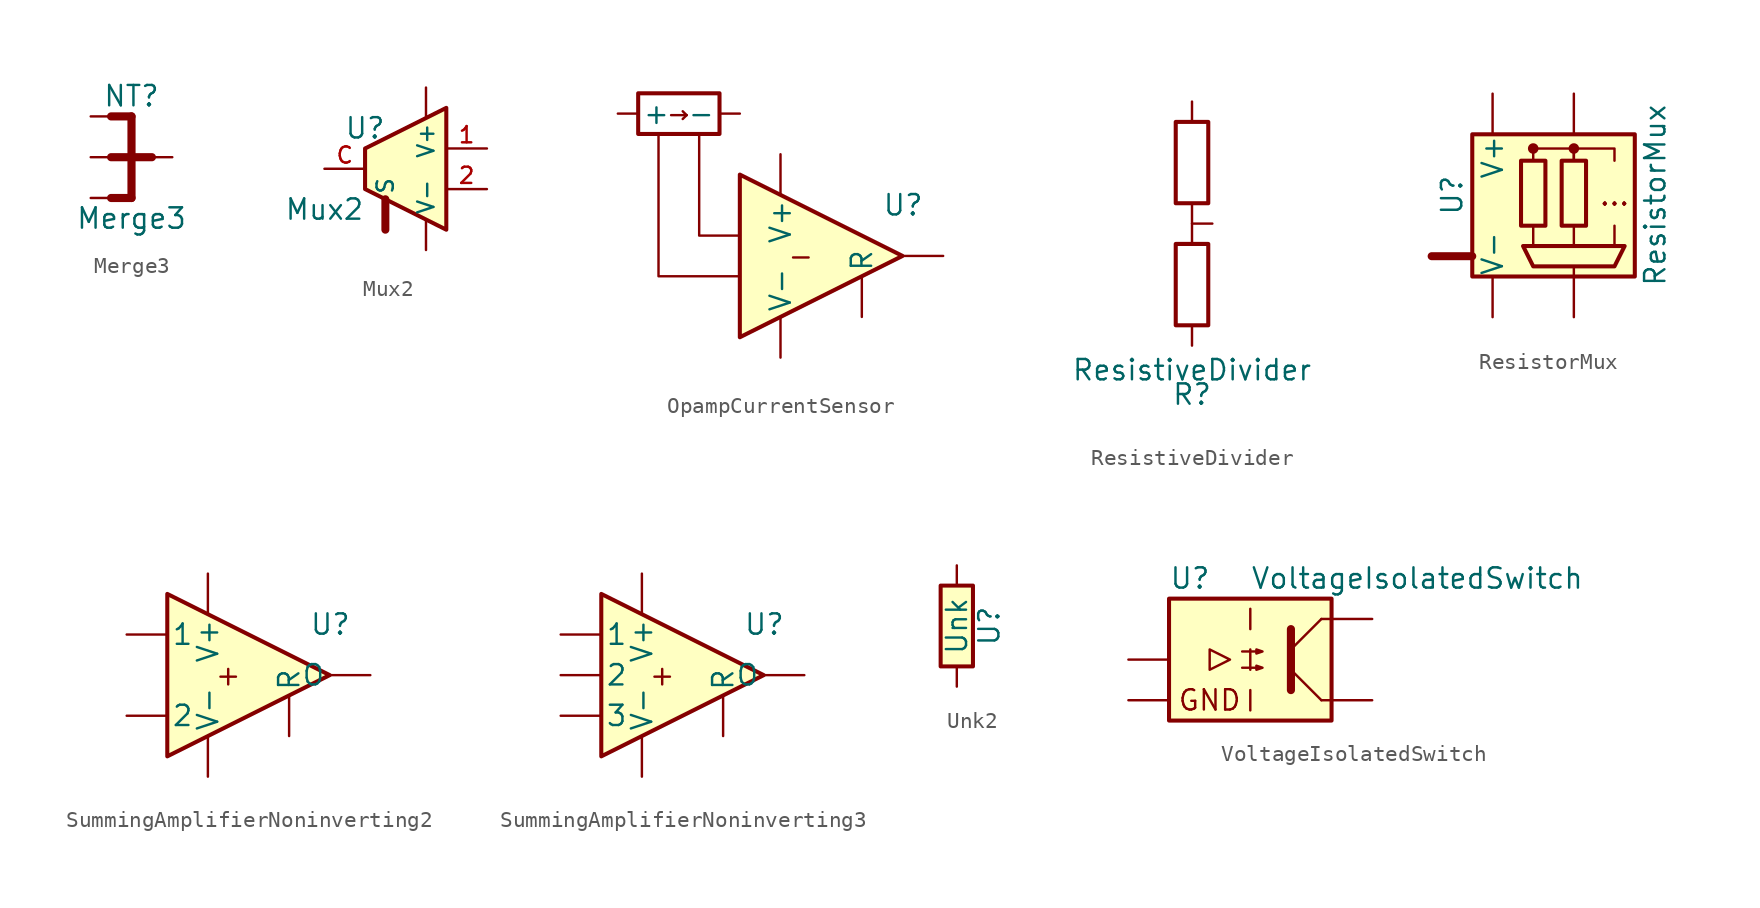
<source format=kicad_sym>
(kicad_symbol_lib
  (version 20231120)
  (generator "kicad_symbol_editor")
  (generator_version "8.0")
  (symbol "Merge3"
    (pin_numbers hide)
    (pin_names
      (offset 0) hide)
    (property "Reference" "NT"
      (at 0 3.81 0)
      (effects (font (size 1.27 1.27))))
    (property "Value" "Merge3"
      (at 0 -3.81 0)
      (effects (font (size 1.27 1.27))))
    (symbol "Merge3_0_1"
      (polyline (pts (xy -1.27 -2.54) (xy 0 -2.54)) (stroke (width 0.508) (type default)) (fill (type none)))
      (polyline (pts (xy -1.27 0) (xy 1.27 0)) (stroke (width 0.508) (type default)) (fill (type none)))
      (polyline (pts (xy -1.27 2.54) (xy 0 2.54)) (stroke (width 0.508) (type default)) (fill (type none)))
      (polyline (pts (xy 0 -2.54) (xy 0 2.54)) (stroke (width 0.508) (type default)) (fill (type none))))
    (symbol "Merge3_1_1"
      (pin passive line (at 2.54 0 180) (length 2.54) (name "" (effects (font (size 1.27 1.27)))) (number "0" (effects (font (size 1.27 1.27)))))
      (pin passive line (at -2.54 2.54 0) (length 2.54) (name "~" (effects (font (size 1.27 1.27)))) (number "1" (effects (font (size 1.27 1.27)))))
      (pin passive line (at -2.54 0 0) (length 2.54) (name "~" (effects (font (size 1.27 1.27)))) (number "2" (effects (font (size 1.27 1.27)))))
      (pin passive line (at -2.54 -2.54 0) (length 2.54) (name "~" (effects (font (size 1.27 1.27)))) (number "3" (effects (font (size 1.27 1.27)))))))
  (symbol "Mux2"
    (pin_names
      (offset 0.254))
    (property "Reference" "U"
      (at -2.54 2.54 0)
      (effects (font (size 1.27 1.27))))
    (property "Value" "Mux2"
      (at -5.08 -2.54 0)
      (effects (font (size 1.27 1.27))))
    (symbol "Mux2_0_1"
      (polyline (pts (xy -1.27 -1.905) (xy -1.27 -3.81)) (stroke (width 0.5) (type default)) (fill (type none)))
      (polyline (pts (xy -2.54 1.27) (xy -2.54 -1.27) (xy 2.54 -3.81) (xy 2.54 0.635) (xy 2.54 1.27) (xy 2.54 1.905) (xy 2.54 3.81) (xy -2.54 1.27)) (stroke (width 0.254) (type default)) (fill (type background))))
    (symbol "Mux2_1_1"
      (pin input line (at -1.27 -3.81 90) (length 1.905) (name "S" (effects (font (size 1.016 1.016)))) (number "" (effects (font (size 1.016 1.016)))))
      (pin input line (at 1.27 5.08 270) (length 1.905) (name "V+" (effects (font (size 1.016 1.016)))) (number "" (effects (font (size 1.016 1.016)))))
      (pin input line (at 1.27 -5.08 90) (length 1.905) (name "V-" (effects (font (size 1.016 1.016)))) (number "" (effects (font (size 1.016 1.016)))))
      (pin passive line (at 5.08 1.27 180) (length 2.54) (name "~" (effects (font (size 1.016 1.016)))) (number "1" (effects (font (size 1.016 1.016)))))
      (pin passive line (at 5.08 -1.27 180) (length 2.54) (name "~" (effects (font (size 1.016 1.016)))) (number "2" (effects (font (size 1.016 1.016)))))
      (pin passive line (at -5.08 0 0) (length 2.54) (name "~" (effects (font (size 1.016 1.016)))) (number "C" (effects (font (size 1.016 1.016)))))))
  (symbol "OpampCurrentSensor"
    (pin_numbers hide)
    (pin_names
      (offset 0.254))
    (property "Reference" "U"
      (at 3.81 3.175 0)
      (effects (font (size 1.27 1.27)) (justify left)))
    (symbol "OpampCurrentSensor_0_0"
      (polyline (pts (xy -10.16 7.62) (xy -10.16 -1.27) (xy -5.08 -1.27)) (stroke (width 0) (type default)) (fill (type none)))
      (polyline (pts (xy -7.62 7.62) (xy -7.62 1.27) (xy -5.08 1.27)) (stroke (width 0) (type default)) (fill (type none)))
      (text "-" (at -1.27 0 0) (effects (font (size 1.27 1.27))))
      (text "→" (at -8.89 8.89 0) (effects (font (size 1.27 1.27)))))
    (symbol "OpampCurrentSensor_0_1"
      (rectangle (start -11.43 10.16) (end -6.35 7.62) (stroke (width 0.254) (type default)) (fill (type none)))
      (polyline (pts (xy 5.08 0) (xy -5.08 5.08) (xy -5.08 -5.08) (xy 5.08 0)) (stroke (width 0.254) (type default)) (fill (type background))))
    (symbol "OpampCurrentSensor_1_1"
      (pin passive line (at -12.7 8.89 0) (length 1.27) (name "+" (effects (font (size 1.27 1.27)))) (number "1" (effects (font (size 1.27 1.27)))))
      (pin passive line (at -5.08 8.89 180) (length 1.27) (name "-" (effects (font (size 1.27 1.27)))) (number "2" (effects (font (size 1.27 1.27)))))
      (pin output line (at 7.62 0 180) (length 2.54) (name "~" (effects (font (size 1.27 1.27)))) (number "3" (effects (font (size 1.27 1.27)))))
      (pin power_in line (at -2.54 6.35 270) (length 2.54) (name "V+" (effects (font (size 1.27 1.27)))) (number "4" (effects (font (size 1.27 1.27)))))
      (pin power_in line (at -2.54 -6.35 90) (length 2.54) (name "V-" (effects (font (size 1.27 1.27)))) (number "5" (effects (font (size 1.27 1.27)))))
      (pin input line (at 2.54 -3.81 90) (length 2.54) (name "R" (effects (font (size 1.27 1.27)))) (number "6" (effects (font (size 1.27 1.27)))))))
  (symbol "ResistiveDivider"
    (pin_numbers hide)
    (pin_names
      (offset 0))
    (property "Reference" "R"
      (at 0 -10.668 0)
      (effects (font (size 1.27 1.27))))
    (property "Value" "ResistiveDivider"
      (at 0 -9.144 0)
      (effects (font (size 1.27 1.27))))
    (symbol "ResistiveDivider_0_0"
      (polyline (pts (xy 0 1.27) (xy 0 -1.27)) (stroke (width 0) (type default)) (fill (type none))))
    (symbol "ResistiveDivider_0_1"
      (rectangle (start -1.016 1.27) (end 1.016 6.35) (stroke (width 0.254) (type default)) (fill (type none)))
      (rectangle (start 1.016 -1.27) (end -1.016 -6.35) (stroke (width 0.254) (type default)) (fill (type none))))
    (symbol "ResistiveDivider_1_1"
      (pin passive line (at 0 7.62 270) (length 1.27) (name "~" (effects (font (size 1.27 1.27)))) (number "1" (effects (font (size 1.27 1.27)))))
      (pin passive line (at 0 -7.62 90) (length 1.27) (name "~" (effects (font (size 1.27 1.27)))) (number "2" (effects (font (size 1.27 1.27)))))
      (pin passive line (at 1.27 0 180) (length 1.27) (name "~" (effects (font (size 1.27 1.27)))) (number "3" (effects (font (size 1.27 1.27)))))))
  (symbol "ResistorMux"
    (pin_numbers hide)
    (pin_names
      (offset 0.002))
    (property "Reference" "U"
      (at -6.35 0 90)
      (effects (font (size 1.27 1.27))))
    (property "Value" "ResistorMux"
      (at 6.35 0 90)
      (effects (font (size 1.27 1.27))))
    (symbol "ResistorMux_0_0"
      (text "..." (at 3.81 0 0) (effects (font (size 1.27 1.27)))))
    (symbol "ResistorMux_0_1"
      (rectangle (start -5.08 3.81) (end 5.08 -5.08) (stroke (width 0.254) (type default)) (fill (type background)))
      (rectangle (start -2.032 2.159) (end -0.508 -1.905) (stroke (width 0.254) (type default)) (fill (type none)))
      (circle (center -1.27 2.921) (radius 0.254) (stroke (width 0) (type default)) (fill (type outline)))
      (polyline (pts (xy -5.08 -3.81) (xy -7.62 -3.81)) (stroke (width 0.5) (type default)) (fill (type none)))
      (polyline (pts (xy -1.27 -1.905) (xy -1.27 -3.175)) (stroke (width 0) (type default)) (fill (type none)))
      (polyline (pts (xy 1.27 -5.08) (xy 1.27 -4.445)) (stroke (width 0) (type default)) (fill (type none)))
      (polyline (pts (xy 1.27 -1.905) (xy 1.27 -3.175)) (stroke (width 0) (type default)) (fill (type none)))
      (polyline (pts (xy 3.81 -1.905) (xy 3.81 -3.175)) (stroke (width 0) (type default)) (fill (type none)))
      (polyline (pts (xy -1.27 2.159) (xy -1.27 2.921) (xy 1.27 2.921) (xy 1.27 2.159)) (stroke (width 0) (type default)) (fill (type none)))
      (polyline (pts (xy 1.27 2.159) (xy 1.27 2.921) (xy 3.81 2.921) (xy 3.81 2.159)) (stroke (width 0) (type default)) (fill (type none)))
      (polyline (pts (xy -1.27 -4.445) (xy 3.81 -4.445) (xy 4.445 -3.175) (xy -1.905 -3.175) (xy -1.27 -4.445)) (stroke (width 0.254) (type default)) (fill (type none)))
      (rectangle (start 0.508 2.159) (end 2.032 -1.905) (stroke (width 0.254) (type default)) (fill (type none)))
      (circle (center 1.27 2.921) (radius 0.254) (stroke (width 0) (type default)) (fill (type outline))))
    (symbol "ResistorMux_1_1"
      (pin passive line (at -3.81 6.35 270) (length 2.54) (name "V+" (effects (font (size 1.27 1.27)))) (number "" (effects (font (size 1.27 1.27)))))
      (pin passive line (at -3.81 -7.62 90) (length 2.54) (name "V-" (effects (font (size 1.27 1.27)))) (number "" (effects (font (size 1.27 1.27)))))
      (pin passive line (at 1.27 6.35 270) (length 2.54) (name "" (effects (font (size 1.27 1.27)))) (number "com" (effects (font (size 1.27 1.27)))))
      (pin passive line (at -7.62 -3.81 0) (length 2.54) (name "" (effects (font (size 1.27 1.27)))) (number "control" (effects (font (size 1.27 1.27)))))
      (pin passive line (at 1.27 -7.62 90) (length 2.54) (name "" (effects (font (size 1.27 1.27)))) (number "sw" (effects (font (size 1.27 1.27)))))))
  (symbol "SummingAmplifierNoninverting2"
    (pin_numbers hide)
    (pin_names
      (offset 0.254))
    (property "Reference" "U"
      (at 3.81 3.175 0)
      (effects (font (size 1.27 1.27)) (justify left)))
    (symbol "SummingAmplifierNoninverting2_0_1"
      (polyline (pts (xy 5.08 0) (xy -5.08 5.08) (xy -5.08 -5.08) (xy 5.08 0)) (stroke (width 0.254) (type default)) (fill (type background))))
    (symbol "SummingAmplifierNoninverting2_1_0"
      (text "+" (at -1.27 0 0) (effects (font (size 1.27 1.27)))))
    (symbol "SummingAmplifierNoninverting2_1_1"
      (pin output line (at 7.62 0 180) (length 2.54) (name "O" (effects (font (size 1.27 1.27)))) (number "" (effects (font (size 1.27 1.27)))))
      (pin input line (at 2.54 -3.81 90) (length 2.54) (name "R" (effects (font (size 1.27 1.27)))) (number "" (effects (font (size 1.27 1.27)))))
      (pin power_in line (at -2.54 6.35 270) (length 2.54) (name "V+" (effects (font (size 1.27 1.27)))) (number "" (effects (font (size 1.27 1.27)))))
      (pin power_in line (at -2.54 -6.35 90) (length 2.54) (name "V-" (effects (font (size 1.27 1.27)))) (number "" (effects (font (size 1.27 1.27)))))
      (pin input line (at -7.62 2.54 0) (length 2.54) (name "1" (effects (font (size 1.27 1.27)))) (number "1" (effects (font (size 1.27 1.27)))))
      (pin input line (at -7.62 -2.54 0) (length 2.54) (name "2" (effects (font (size 1.27 1.27)))) (number "2" (effects (font (size 1.27 1.27)))))))
  (symbol "SummingAmplifierNoninverting3"
    (pin_numbers hide)
    (pin_names
      (offset 0.254))
    (property "Reference" "U"
      (at 3.81 3.175 0)
      (effects (font (size 1.27 1.27)) (justify left)))
    (symbol "SummingAmplifierNoninverting3_0_1"
      (polyline (pts (xy 5.08 0) (xy -5.08 5.08) (xy -5.08 -5.08) (xy 5.08 0)) (stroke (width 0.254) (type default)) (fill (type background))))
    (symbol "SummingAmplifierNoninverting3_1_0"
      (text "+" (at -1.27 0 0) (effects (font (size 1.27 1.27)))))
    (symbol "SummingAmplifierNoninverting3_1_1"
      (pin output line (at 7.62 0 180) (length 2.54) (name "O" (effects (font (size 1.27 1.27)))) (number "" (effects (font (size 1.27 1.27)))))
      (pin input line (at 2.54 -3.81 90) (length 2.54) (name "R" (effects (font (size 1.27 1.27)))) (number "" (effects (font (size 1.27 1.27)))))
      (pin power_in line (at -2.54 6.35 270) (length 2.54) (name "V+" (effects (font (size 1.27 1.27)))) (number "" (effects (font (size 1.27 1.27)))))
      (pin power_in line (at -2.54 -6.35 90) (length 2.54) (name "V-" (effects (font (size 1.27 1.27)))) (number "" (effects (font (size 1.27 1.27)))))
      (pin input line (at -7.62 2.54 0) (length 2.54) (name "1" (effects (font (size 1.27 1.27)))) (number "1" (effects (font (size 1.27 1.27)))))
      (pin input line (at -7.62 0 0) (length 2.54) (name "2" (effects (font (size 1.27 1.27)))) (number "2" (effects (font (size 1.27 1.27)))))
      (pin input line (at -7.62 -2.54 0) (length 2.54) (name "3" (effects (font (size 1.27 1.27)))) (number "3" (effects (font (size 1.27 1.27)))))))
  (symbol "Unk2"
    (pin_numbers hide)
    (pin_names
      (offset 0))
    (property "Reference" "U"
      (at 2.032 0 90)
      (effects (font (size 1.27 1.27))))
    (property "Value" "Unk"
      (at 0 0 90)
      (effects (font (size 1.27 1.27))))
    (symbol "Unk2_1_1"
      (rectangle (start -1.016 2.54) (end 1.016 -2.54) (stroke (width 0.254) (type default)) (fill (type background)))
      (pin passive line (at 0 3.81 270) (length 1.27) (name "~" (effects (font (size 1.27 1.27)))) (number "1" (effects (font (size 1.27 1.27)))))
      (pin passive line (at 0 -3.81 90) (length 1.27) (name "~" (effects (font (size 1.27 1.27)))) (number "2" (effects (font (size 1.27 1.27)))))))
  (symbol "VoltageIsolatedSwitch"
    (pin_numbers hide)
    (pin_names hide)
    (property "Reference" "U"
      (at -5.08 5.08 0)
      (effects (font (size 1.27 1.27)) (justify left)))
    (property "Value" "VoltageIsolatedSwitch"
      (at 0 5.08 0)
      (effects (font (size 1.27 1.27)) (justify left)))
    (symbol "VoltageIsolatedSwitch_0_0"
      (text "GND" (at -2.54 -2.54 0) (effects (font (size 1.27 1.27)))))
    (symbol "VoltageIsolatedSwitch_0_1"
      (rectangle (start -5.08 3.81) (end 5.08 -3.81) (stroke (width 0.254) (type default)) (fill (type background)))
      (polyline (pts (xy 0 -1.905) (xy 0 -3.175)) (stroke (width 0) (type default)) (fill (type none)))
      (polyline (pts (xy 0 0.635) (xy 0 -0.635)) (stroke (width 0) (type default)) (fill (type none)))
      (polyline (pts (xy 0 3.175) (xy 0 1.905)) (stroke (width 0) (type default)) (fill (type none)))
      (polyline (pts (xy 2.54 0.635) (xy 4.445 2.54)) (stroke (width 0) (type default)) (fill (type none)))
      (polyline (pts (xy 4.445 -2.54) (xy 2.54 -0.635)) (stroke (width 0) (type default)) (fill (type outline)))
      (polyline (pts (xy 4.445 -2.54) (xy 5.08 -2.54)) (stroke (width 0) (type default)) (fill (type none)))
      (polyline (pts (xy 4.445 2.54) (xy 5.08 2.54)) (stroke (width 0) (type default)) (fill (type none)))
      (polyline (pts (xy 2.54 1.905) (xy 2.54 -1.905) (xy 2.54 -1.905)) (stroke (width 0.508) (type default)) (fill (type none)))
      (polyline (pts (xy -2.54 0.635) (xy -2.54 -0.635) (xy -1.27 0) (xy -2.54 0.635)) (stroke (width 0) (type default)) (fill (type none)))
      (polyline (pts (xy -0.508 -0.508) (xy 0.762 -0.508) (xy 0.381 -0.635) (xy 0.381 -0.381) (xy 0.762 -0.508)) (stroke (width 0) (type default)) (fill (type none)))
      (polyline (pts (xy -0.508 0.508) (xy 0.762 0.508) (xy 0.381 0.381) (xy 0.381 0.635) (xy 0.762 0.508)) (stroke (width 0) (type default)) (fill (type none))))
    (symbol "VoltageIsolatedSwitch_1_1"
      (pin passive line (at -7.62 0 0) (length 2.54) (name "in" (effects (font (size 1.27 1.27)))) (number "1" (effects (font (size 1.27 1.27)))))
      (pin passive line (at -7.62 -2.54 0) (length 2.54) (name "gnd" (effects (font (size 1.27 1.27)))) (number "2" (effects (font (size 1.27 1.27)))))
      (pin passive line (at 7.62 -2.54 180) (length 2.54) (name "aout" (effects (font (size 1.27 1.27)))) (number "3" (effects (font (size 1.27 1.27)))))
      (pin passive line (at 7.62 2.54 180) (length 2.54) (name "ain" (effects (font (size 1.27 1.27)))) (number "4" (effects (font (size 1.27 1.27))))))))
</source>
